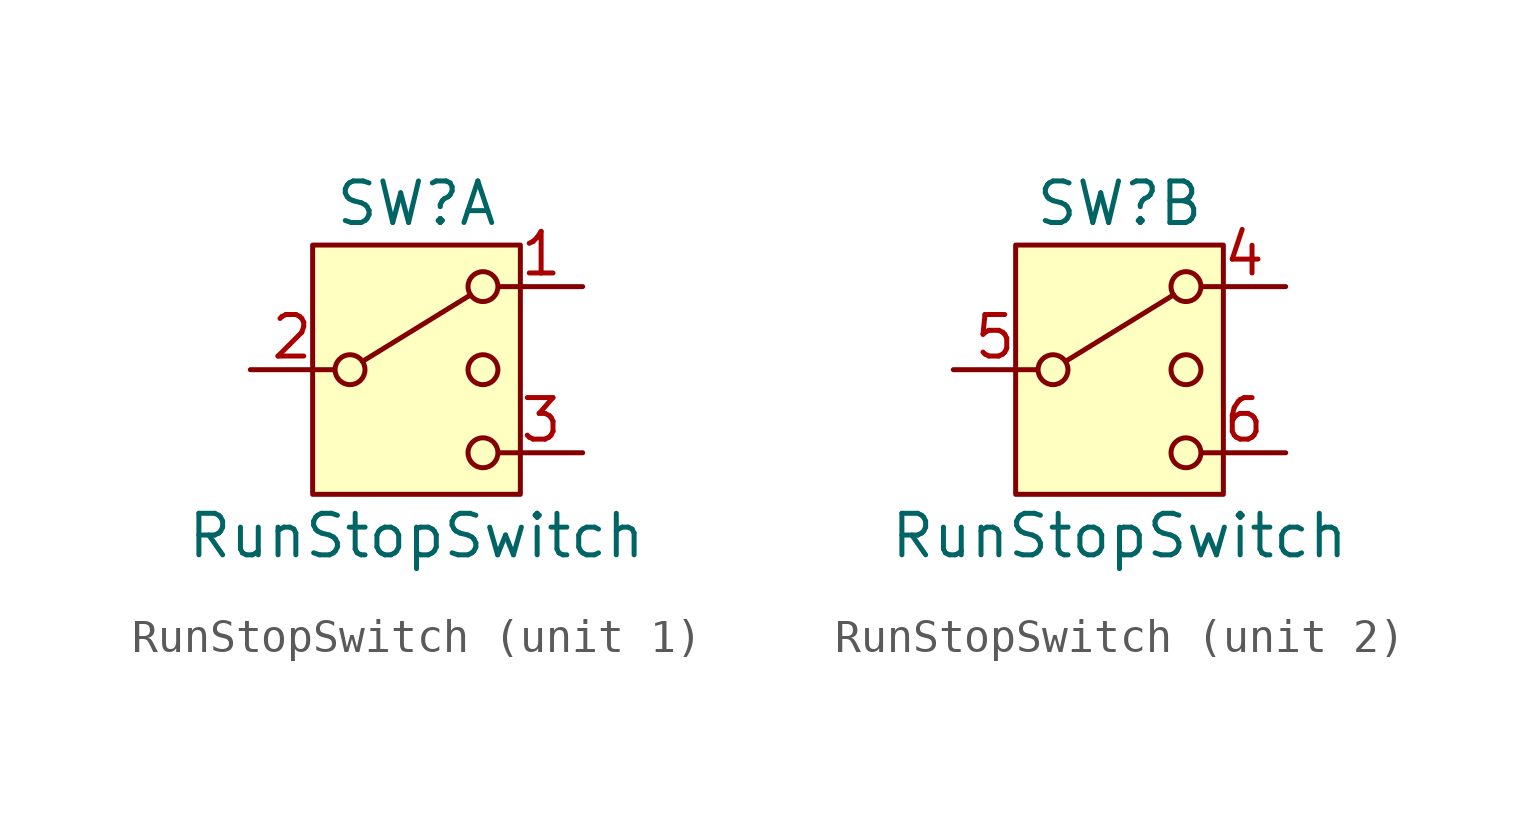
<source format=kicad_sym>
(kicad_symbol_lib
  (version 20231120)
  (generator "kicad_symbol_editor")
  (generator_version "8.0")
  (symbol "RunStopSwitch"
    (pin_names
      (offset 0) hide)
    (property "Reference" "SW"
      (at 0 5.08 0)
      (effects (font (size 1.27 1.27))))
    (property "Value" "RunStopSwitch"
      (at 0 -5.08 0)
      (effects (font (size 1.27 1.27))))
    (symbol "RunStopSwitch_0_1"
      (circle (center -2.032 0) (radius 0.457) (stroke (width 0) (type default)) (fill (type none)))
      (polyline (pts (xy -1.651 0.254) (xy 1.651 2.286)) (stroke (width 0) (type default)) (fill (type none)))
      (circle (center 2.032 -2.54) (radius 0.457) (stroke (width 0) (type default)) (fill (type none)))
      (circle (center 2.032 0) (radius 0.457) (stroke (width 0) (type default)) (fill (type none)))
      (circle (center 2.032 2.54) (radius 0.457) (stroke (width 0) (type default)) (fill (type none))))
    (symbol "RunStopSwitch_1_1"
      (rectangle (start -3.175 3.81) (end 3.175 -3.81) (stroke (width 0) (type default)) (fill (type background)))
      (pin passive line (at 5.08 2.54 180) (length 2.54) (name "1" (effects (font (size 1.27 1.27)))) (number "1" (effects (font (size 1.27 1.27)))))
      (pin passive line (at -5.08 0 0) (length 2.54) (name "3" (effects (font (size 1.27 1.27)))) (number "2" (effects (font (size 1.27 1.27)))))
      (pin passive line (at 5.08 -2.54 180) (length 2.54) (name "4" (effects (font (size 1.27 1.27)))) (number "3" (effects (font (size 1.27 1.27))))))
    (symbol "RunStopSwitch_2_1"
      (rectangle (start -3.175 3.81) (end 3.175 -3.81) (stroke (width 0) (type default)) (fill (type background)))
      (pin passive line (at 5.08 2.54 180) (length 2.54) (name "4" (effects (font (size 1.27 1.27)))) (number "4" (effects (font (size 1.27 1.27)))))
      (pin passive line (at -5.08 0 0) (length 2.54) (name "5" (effects (font (size 1.27 1.27)))) (number "5" (effects (font (size 1.27 1.27)))))
      (pin passive line (at 5.08 -2.54 180) (length 2.54) (name "6" (effects (font (size 1.27 1.27)))) (number "6" (effects (font (size 1.27 1.27))))))))
</source>
